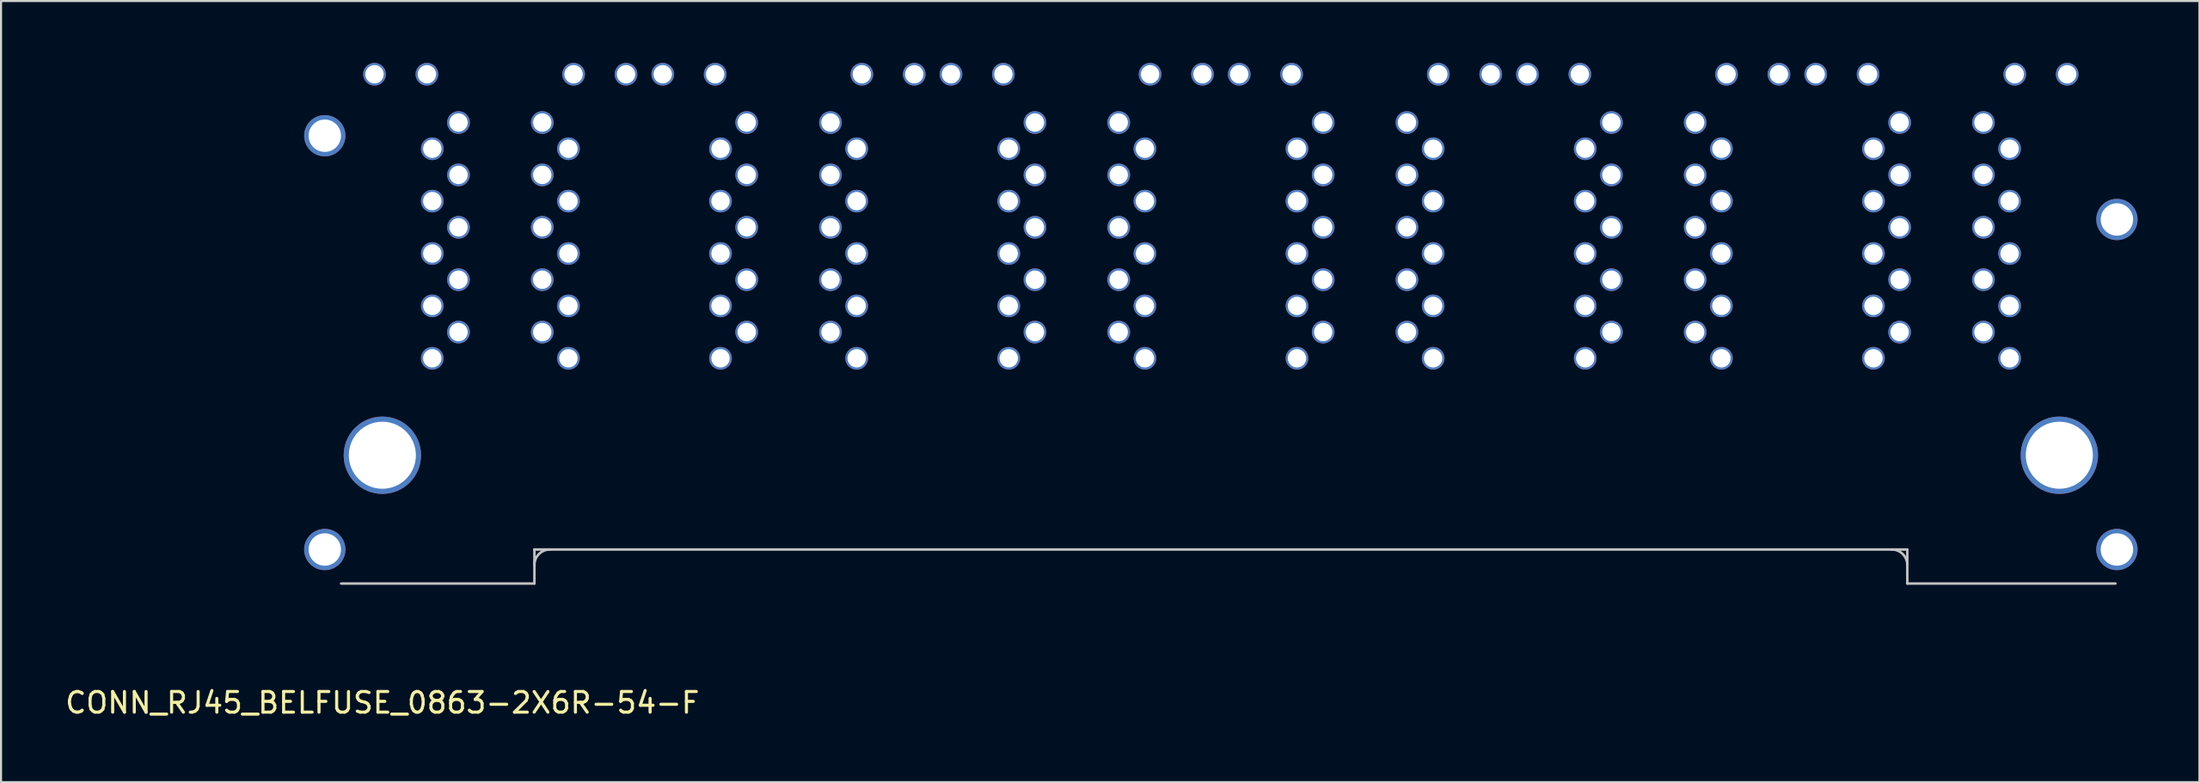
<source format=kicad_pcb>
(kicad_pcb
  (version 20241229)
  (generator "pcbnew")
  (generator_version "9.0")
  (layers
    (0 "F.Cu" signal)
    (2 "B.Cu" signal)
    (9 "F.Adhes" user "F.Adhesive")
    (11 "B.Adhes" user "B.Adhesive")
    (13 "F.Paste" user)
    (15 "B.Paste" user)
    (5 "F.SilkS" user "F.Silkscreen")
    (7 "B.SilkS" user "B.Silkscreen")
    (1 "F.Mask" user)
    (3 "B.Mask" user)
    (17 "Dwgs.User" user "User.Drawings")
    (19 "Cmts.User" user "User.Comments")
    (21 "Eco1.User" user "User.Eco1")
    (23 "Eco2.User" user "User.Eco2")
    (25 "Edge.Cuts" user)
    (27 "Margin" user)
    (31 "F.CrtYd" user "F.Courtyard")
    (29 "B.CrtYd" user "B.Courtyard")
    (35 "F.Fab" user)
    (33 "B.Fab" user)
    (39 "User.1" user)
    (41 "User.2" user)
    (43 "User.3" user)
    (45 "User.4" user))
  (footprint "CONN_RJ45_BELFUSE_0863-2X6R-54-F"
    (layer "F.Cu")
    (at 15.482 19.02)
    (property "Reference" "CONN_RJ45_BELFUSE_0863-2X6R-54-F" (at 0 12 0) (unlocked yes) (layer "F.SilkS") (effects (font (size 1 1) (thickness 0.15))))
    (attr through_hole)
    (fp_line (start 7.37 4.57) (end 7.37 6.22) (stroke (width 0.12) (type solid)) (layer "Dwgs.User"))
    (fp_line (start 7.37 4.57) (end 73.91 4.57) (stroke (width 0.12) (type solid)) (layer "Dwgs.User"))
    (fp_line (start 7.37 6.22) (end -2 6.22) (stroke (width 0.12) (type solid)) (layer "Dwgs.User"))
    (fp_line (start 73.91 4.57) (end 73.91 6.22) (stroke (width 0.12) (type solid)) (layer "Dwgs.User"))
    (fp_line (start 73.91 6.22) (end 84 6.22) (stroke (width 0.12) (type solid)) (layer "Dwgs.User"))
    (fp_arc (start 7.37 5.32) (mid 7.58967 4.78967) (end 8.12 4.57) (stroke (width 0.12) (type solid)) (layer "Dwgs.User"))
    (fp_arc (start 73.16 4.57) (mid 73.69033 4.78967) (end 73.91 5.32) (stroke (width 0.12) (type solid)) (layer "Dwgs.User"))
    (pad "A1" thru_hole circle (at 2.42 -4.7) (size 1.1 1.1) (drill 0.89) (layers "*.Cu" "*.Mask"))
    (pad "A2" thru_hole circle (at 3.69 -5.97) (size 1.1 1.1) (drill 0.89) (layers "*.Cu" "*.Mask"))
    (pad "A3" thru_hole circle (at 2.42 -7.24) (size 1.1 1.1) (drill 0.89) (layers "*.Cu" "*.Mask"))
    (pad "A4" thru_hole circle (at 3.69 -8.51) (size 1.1 1.1) (drill 0.89) (layers "*.Cu" "*.Mask"))
    (pad "A5" thru_hole circle (at 2.42 -9.78) (size 1.1 1.1) (drill 0.89) (layers "*.Cu" "*.Mask"))
    (pad "A6" thru_hole circle (at 3.69 -11.05) (size 1.1 1.1) (drill 0.89) (layers "*.Cu" "*.Mask"))
    (pad "A7" thru_hole circle (at 2.42 -12.32) (size 1.1 1.1) (drill 0.89) (layers "*.Cu" "*.Mask"))
    (pad "A8" thru_hole circle (at 3.69 -13.59) (size 1.1 1.1) (drill 0.89) (layers "*.Cu" "*.Mask"))
    (pad "A9" thru_hole circle (at 2.42 -14.86) (size 1.1 1.1) (drill 0.89) (layers "*.Cu" "*.Mask"))
    (pad "A10" thru_hole circle (at 3.69 -16.13) (size 1.1 1.1) (drill 0.89) (layers "*.Cu" "*.Mask"))
    (pad "A11" thru_hole circle (at -0.38 -18.47) (size 1.1 1.1) (drill 0.89) (layers "*.Cu" "*.Mask"))
    (pad "A12" thru_hole circle (at 2.16 -18.47) (size 1.1 1.1) (drill 0.89) (layers "*.Cu" "*.Mask"))
    (pad "A13" thru_hole circle (at -2.79 -15.49) (size 2 2) (drill 1.57) (layers "*.Cu" "*.Mask"))
    (pad "A13" thru_hole circle (at -2.79 4.57) (size 2 2) (drill 1.57) (layers "*.Cu" "*.Mask"))
    (pad "A13" thru_hole circle (at 0 0) (size 3.75 3.75) (drill 3.25) (layers "*.Cu" "*.Mask"))
    (pad "A13" thru_hole circle (at 81.28 0) (size 3.75 3.75) (drill 3.25) (layers "*.Cu" "*.Mask"))
    (pad "A13" thru_hole circle (at 84.07 -11.43) (size 2 2) (drill 1.57) (layers "*.Cu" "*.Mask"))
    (pad "A13" thru_hole circle (at 84.07 4.57) (size 2 2) (drill 1.57) (layers "*.Cu" "*.Mask"))
    (pad "B1" thru_hole circle (at 9.02 -4.7) (size 1.1 1.1) (drill 0.89) (layers "*.Cu" "*.Mask"))
    (pad "B2" thru_hole circle (at 7.75 -5.97) (size 1.1 1.1) (drill 0.89) (layers "*.Cu" "*.Mask"))
    (pad "B3" thru_hole circle (at 9.02 -7.24) (size 1.1 1.1) (drill 0.89) (layers "*.Cu" "*.Mask"))
    (pad "B4" thru_hole circle (at 7.75 -8.51) (size 1.1 1.1) (drill 0.89) (layers "*.Cu" "*.Mask"))
    (pad "B5" thru_hole circle (at 9.02 -9.78) (size 1.1 1.1) (drill 0.89) (layers "*.Cu" "*.Mask"))
    (pad "B6" thru_hole circle (at 7.75 -11.05) (size 1.1 1.1) (drill 0.89) (layers "*.Cu" "*.Mask"))
    (pad "B7" thru_hole circle (at 9.02 -12.32) (size 1.1 1.1) (drill 0.89) (layers "*.Cu" "*.Mask"))
    (pad "B8" thru_hole circle (at 7.75 -13.59) (size 1.1 1.1) (drill 0.89) (layers "*.Cu" "*.Mask"))
    (pad "B9" thru_hole circle (at 9.02 -14.86) (size 1.1 1.1) (drill 0.89) (layers "*.Cu" "*.Mask"))
    (pad "B10" thru_hole circle (at 7.75 -16.13) (size 1.1 1.1) (drill 0.89) (layers "*.Cu" "*.Mask"))
    (pad "B11" thru_hole circle (at 11.81 -18.47 90) (size 1.1 1.1) (drill 0.89) (layers "*.Cu" "*.Mask"))
    (pad "B12" thru_hole circle (at 9.27 -18.47) (size 1.1 1.1) (drill 0.89) (layers "*.Cu" "*.Mask"))
    (pad "C1" thru_hole circle (at 16.39 -4.7) (size 1.1 1.1) (drill 0.89) (layers "*.Cu" "*.Mask"))
    (pad "C2" thru_hole circle (at 17.66 -5.97) (size 1.1 1.1) (drill 0.89) (layers "*.Cu" "*.Mask"))
    (pad "C3" thru_hole circle (at 16.39 -7.24) (size 1.1 1.1) (drill 0.89) (layers "*.Cu" "*.Mask"))
    (pad "C4" thru_hole circle (at 17.66 -8.51) (size 1.1 1.1) (drill 0.89) (layers "*.Cu" "*.Mask"))
    (pad "C5" thru_hole circle (at 16.39 -9.78) (size 1.1 1.1) (drill 0.89) (layers "*.Cu" "*.Mask"))
    (pad "C6" thru_hole circle (at 17.66 -11.05) (size 1.1 1.1) (drill 0.89) (layers "*.Cu" "*.Mask"))
    (pad "C7" thru_hole circle (at 16.39 -12.32) (size 1.1 1.1) (drill 0.89) (layers "*.Cu" "*.Mask"))
    (pad "C8" thru_hole circle (at 17.66 -13.59) (size 1.1 1.1) (drill 0.89) (layers "*.Cu" "*.Mask"))
    (pad "C9" thru_hole circle (at 16.39 -14.86) (size 1.1 1.1) (drill 0.89) (layers "*.Cu" "*.Mask"))
    (pad "C10" thru_hole circle (at 17.66 -16.13) (size 1.1 1.1) (drill 0.89) (layers "*.Cu" "*.Mask"))
    (pad "C11" thru_hole circle (at 13.59 -18.47) (size 1.1 1.1) (drill 0.89) (layers "*.Cu" "*.Mask"))
    (pad "C12" thru_hole circle (at 16.13 -18.47) (size 1.1 1.1) (drill 0.89) (layers "*.Cu" "*.Mask"))
    (pad "D1" thru_hole circle (at 22.99 -4.7) (size 1.1 1.1) (drill 0.89) (layers "*.Cu" "*.Mask"))
    (pad "D2" thru_hole circle (at 21.72 -5.97) (size 1.1 1.1) (drill 0.89) (layers "*.Cu" "*.Mask"))
    (pad "D3" thru_hole circle (at 22.99 -7.24) (size 1.1 1.1) (drill 0.89) (layers "*.Cu" "*.Mask"))
    (pad "D4" thru_hole circle (at 21.72 -8.51) (size 1.1 1.1) (drill 0.89) (layers "*.Cu" "*.Mask"))
    (pad "D5" thru_hole circle (at 22.99 -9.78) (size 1.1 1.1) (drill 0.89) (layers "*.Cu" "*.Mask"))
    (pad "D6" thru_hole circle (at 21.72 -11.05) (size 1.1 1.1) (drill 0.89) (layers "*.Cu" "*.Mask"))
    (pad "D7" thru_hole circle (at 22.99 -12.32) (size 1.1 1.1) (drill 0.89) (layers "*.Cu" "*.Mask"))
    (pad "D8" thru_hole circle (at 21.72 -13.59) (size 1.1 1.1) (drill 0.89) (layers "*.Cu" "*.Mask"))
    (pad "D9" thru_hole circle (at 22.99 -14.86) (size 1.1 1.1) (drill 0.89) (layers "*.Cu" "*.Mask"))
    (pad "D10" thru_hole circle (at 21.72 -16.13) (size 1.1 1.1) (drill 0.89) (layers "*.Cu" "*.Mask"))
    (pad "D11" thru_hole circle (at 25.78 -18.47) (size 1.1 1.1) (drill 0.89) (layers "*.Cu" "*.Mask"))
    (pad "D12" thru_hole circle (at 23.24 -18.47) (size 1.1 1.1) (drill 0.89) (layers "*.Cu" "*.Mask"))
    (pad "E1" thru_hole circle (at 30.36 -4.7) (size 1.1 1.1) (drill 0.89) (layers "*.Cu" "*.Mask"))
    (pad "E2" thru_hole circle (at 31.63 -5.97) (size 1.1 1.1) (drill 0.89) (layers "*.Cu" "*.Mask"))
    (pad "E3" thru_hole circle (at 30.36 -7.24) (size 1.1 1.1) (drill 0.89) (layers "*.Cu" "*.Mask"))
    (pad "E4" thru_hole circle (at 31.63 -8.51) (size 1.1 1.1) (drill 0.89) (layers "*.Cu" "*.Mask"))
    (pad "E5" thru_hole circle (at 30.36 -9.78) (size 1.1 1.1) (drill 0.89) (layers "*.Cu" "*.Mask"))
    (pad "E6" thru_hole circle (at 31.63 -11.05) (size 1.1 1.1) (drill 0.89) (layers "*.Cu" "*.Mask"))
    (pad "E7" thru_hole circle (at 30.36 -12.32) (size 1.1 1.1) (drill 0.89) (layers "*.Cu" "*.Mask"))
    (pad "E8" thru_hole circle (at 31.63 -13.59) (size 1.1 1.1) (drill 0.89) (layers "*.Cu" "*.Mask"))
    (pad "E9" thru_hole circle (at 30.36 -14.86) (size 1.1 1.1) (drill 0.89) (layers "*.Cu" "*.Mask"))
    (pad "E10" thru_hole circle (at 31.63 -16.13) (size 1.1 1.1) (drill 0.89) (layers "*.Cu" "*.Mask"))
    (pad "E11" thru_hole circle (at 27.56 -18.47) (size 1.1 1.1) (drill 0.89) (layers "*.Cu" "*.Mask"))
    (pad "E12" thru_hole circle (at 30.1 -18.47) (size 1.1 1.1) (drill 0.89) (layers "*.Cu" "*.Mask"))
    (pad "F1" thru_hole circle (at 36.96 -4.7) (size 1.1 1.1) (drill 0.89) (layers "*.Cu" "*.Mask"))
    (pad "F2" thru_hole circle (at 35.69 -5.97) (size 1.1 1.1) (drill 0.89) (layers "*.Cu" "*.Mask"))
    (pad "F3" thru_hole circle (at 36.96 -7.24) (size 1.1 1.1) (drill 0.89) (layers "*.Cu" "*.Mask"))
    (pad "F4" thru_hole circle (at 35.69 -8.51) (size 1.1 1.1) (drill 0.89) (layers "*.Cu" "*.Mask"))
    (pad "F5" thru_hole circle (at 36.96 -9.78) (size 1.1 1.1) (drill 0.89) (layers "*.Cu" "*.Mask"))
    (pad "F6" thru_hole circle (at 35.69 -11.05) (size 1.1 1.1) (drill 0.89) (layers "*.Cu" "*.Mask"))
    (pad "F7" thru_hole circle (at 36.96 -12.32) (size 1.1 1.1) (drill 0.89) (layers "*.Cu" "*.Mask"))
    (pad "F8" thru_hole circle (at 35.69 -13.59) (size 1.1 1.1) (drill 0.89) (layers "*.Cu" "*.Mask"))
    (pad "F9" thru_hole circle (at 36.96 -14.86) (size 1.1 1.1) (drill 0.89) (layers "*.Cu" "*.Mask"))
    (pad "F10" thru_hole circle (at 35.69 -16.13) (size 1.1 1.1) (drill 0.89) (layers "*.Cu" "*.Mask"))
    (pad "F11" thru_hole circle (at 39.75 -18.47) (size 1.1 1.1) (drill 0.89) (layers "*.Cu" "*.Mask"))
    (pad "F12" thru_hole circle (at 37.21 -18.47) (size 1.1 1.1) (drill 0.89) (layers "*.Cu" "*.Mask"))
    (pad "G1" thru_hole circle (at 44.33 -4.7) (size 1.1 1.1) (drill 0.89) (layers "*.Cu" "*.Mask"))
    (pad "G2" thru_hole circle (at 45.6 -5.97) (size 1.1 1.1) (drill 0.89) (layers "*.Cu" "*.Mask"))
    (pad "G3" thru_hole circle (at 44.33 -7.24) (size 1.1 1.1) (drill 0.89) (layers "*.Cu" "*.Mask"))
    (pad "G4" thru_hole circle (at 45.6 -8.51) (size 1.1 1.1) (drill 0.89) (layers "*.Cu" "*.Mask"))
    (pad "G5" thru_hole circle (at 44.33 -9.78) (size 1.1 1.1) (drill 0.89) (layers "*.Cu" "*.Mask"))
    (pad "G6" thru_hole circle (at 45.6 -11.05) (size 1.1 1.1) (drill 0.89) (layers "*.Cu" "*.Mask"))
    (pad "G7" thru_hole circle (at 44.33 -12.32) (size 1.1 1.1) (drill 0.89) (layers "*.Cu" "*.Mask"))
    (pad "G8" thru_hole circle (at 45.6 -13.59) (size 1.1 1.1) (drill 0.89) (layers "*.Cu" "*.Mask"))
    (pad "G9" thru_hole circle (at 44.33 -14.86) (size 1.1 1.1) (drill 0.89) (layers "*.Cu" "*.Mask"))
    (pad "G10" thru_hole circle (at 45.6 -16.13) (size 1.1 1.1) (drill 0.89) (layers "*.Cu" "*.Mask"))
    (pad "G11" thru_hole circle (at 41.53 -18.47) (size 1.1 1.1) (drill 0.89) (layers "*.Cu" "*.Mask"))
    (pad "G12" thru_hole circle (at 44.07 -18.47) (size 1.1 1.1) (drill 0.89) (layers "*.Cu" "*.Mask"))
    (pad "H1" thru_hole circle (at 50.93 -4.7) (size 1.1 1.1) (drill 0.89) (layers "*.Cu" "*.Mask"))
    (pad "H2" thru_hole circle (at 49.66 -5.97) (size 1.1 1.1) (drill 0.89) (layers "*.Cu" "*.Mask"))
    (pad "H3" thru_hole circle (at 50.93 -7.24) (size 1.1 1.1) (drill 0.89) (layers "*.Cu" "*.Mask"))
    (pad "H4" thru_hole circle (at 49.66 -8.51) (size 1.1 1.1) (drill 0.89) (layers "*.Cu" "*.Mask"))
    (pad "H5" thru_hole circle (at 50.93 -9.78) (size 1.1 1.1) (drill 0.89) (layers "*.Cu" "*.Mask"))
    (pad "H6" thru_hole circle (at 49.66 -11.05) (size 1.1 1.1) (drill 0.89) (layers "*.Cu" "*.Mask"))
    (pad "H7" thru_hole circle (at 50.93 -12.32) (size 1.1 1.1) (drill 0.89) (layers "*.Cu" "*.Mask"))
    (pad "H8" thru_hole circle (at 49.66 -13.59) (size 1.1 1.1) (drill 0.89) (layers "*.Cu" "*.Mask"))
    (pad "H9" thru_hole circle (at 50.93 -14.86) (size 1.1 1.1) (drill 0.89) (layers "*.Cu" "*.Mask"))
    (pad "H10" thru_hole circle (at 49.66 -16.13) (size 1.1 1.1) (drill 0.89) (layers "*.Cu" "*.Mask"))
    (pad "H11" thru_hole circle (at 53.72 -18.47) (size 1.1 1.1) (drill 0.89) (layers "*.Cu" "*.Mask"))
    (pad "H12" thru_hole circle (at 51.18 -18.47) (size 1.1 1.1) (drill 0.89) (layers "*.Cu" "*.Mask"))
    (pad "J1" thru_hole circle (at 58.3 -4.7) (size 1.1 1.1) (drill 0.89) (layers "*.Cu" "*.Mask"))
    (pad "J2" thru_hole circle (at 59.57 -5.97) (size 1.1 1.1) (drill 0.89) (layers "*.Cu" "*.Mask"))
    (pad "J3" thru_hole circle (at 58.3 -7.24) (size 1.1 1.1) (drill 0.89) (layers "*.Cu" "*.Mask"))
    (pad "J4" thru_hole circle (at 59.57 -8.51) (size 1.1 1.1) (drill 0.89) (layers "*.Cu" "*.Mask"))
    (pad "J5" thru_hole circle (at 58.3 -9.78) (size 1.1 1.1) (drill 0.89) (layers "*.Cu" "*.Mask"))
    (pad "J6" thru_hole circle (at 59.57 -11.05) (size 1.1 1.1) (drill 0.89) (layers "*.Cu" "*.Mask"))
    (pad "J7" thru_hole circle (at 58.3 -12.32) (size 1.1 1.1) (drill 0.89) (layers "*.Cu" "*.Mask"))
    (pad "J8" thru_hole circle (at 59.57 -13.59) (size 1.1 1.1) (drill 0.89) (layers "*.Cu" "*.Mask"))
    (pad "J9" thru_hole circle (at 58.3 -14.86) (size 1.1 1.1) (drill 0.89) (layers "*.Cu" "*.Mask"))
    (pad "J10" thru_hole circle (at 59.57 -16.13) (size 1.1 1.1) (drill 0.89) (layers "*.Cu" "*.Mask"))
    (pad "J11" thru_hole circle (at 55.5 -18.47) (size 1.1 1.1) (drill 0.89) (layers "*.Cu" "*.Mask"))
    (pad "J12" thru_hole circle (at 58.04 -18.47) (size 1.1 1.1) (drill 0.89) (layers "*.Cu" "*.Mask"))
    (pad "K1" thru_hole circle (at 64.9 -4.7) (size 1.1 1.1) (drill 0.89) (layers "*.Cu" "*.Mask"))
    (pad "K2" thru_hole circle (at 63.63 -5.97) (size 1.1 1.1) (drill 0.89) (layers "*.Cu" "*.Mask"))
    (pad "K3" thru_hole circle (at 64.9 -7.24) (size 1.1 1.1) (drill 0.89) (layers "*.Cu" "*.Mask"))
    (pad "K4" thru_hole circle (at 63.63 -8.51) (size 1.1 1.1) (drill 0.89) (layers "*.Cu" "*.Mask"))
    (pad "K5" thru_hole circle (at 64.9 -9.78) (size 1.1 1.1) (drill 0.89) (layers "*.Cu" "*.Mask"))
    (pad "K6" thru_hole circle (at 63.63 -11.05) (size 1.1 1.1) (drill 0.89) (layers "*.Cu" "*.Mask"))
    (pad "K7" thru_hole circle (at 64.9 -12.32) (size 1.1 1.1) (drill 0.89) (layers "*.Cu" "*.Mask"))
    (pad "K8" thru_hole circle (at 63.63 -13.59) (size 1.1 1.1) (drill 0.89) (layers "*.Cu" "*.Mask"))
    (pad "K9" thru_hole circle (at 64.9 -14.86) (size 1.1 1.1) (drill 0.89) (layers "*.Cu" "*.Mask"))
    (pad "K10" thru_hole circle (at 63.63 -16.13) (size 1.1 1.1) (drill 0.89) (layers "*.Cu" "*.Mask"))
    (pad "K11" thru_hole circle (at 67.69 -18.47) (size 1.1 1.1) (drill 0.89) (layers "*.Cu" "*.Mask"))
    (pad "K12" thru_hole circle (at 65.15 -18.47) (size 1.1 1.1) (drill 0.89) (layers "*.Cu" "*.Mask"))
    (pad "L1" thru_hole circle (at 72.27 -4.7) (size 1.1 1.1) (drill 0.89) (layers "*.Cu" "*.Mask"))
    (pad "L2" thru_hole circle (at 73.54 -5.97) (size 1.1 1.1) (drill 0.89) (layers "*.Cu" "*.Mask"))
    (pad "L3" thru_hole circle (at 72.27 -7.24) (size 1.1 1.1) (drill 0.89) (layers "*.Cu" "*.Mask"))
    (pad "L4" thru_hole circle (at 73.54 -8.51) (size 1.1 1.1) (drill 0.89) (layers "*.Cu" "*.Mask"))
    (pad "L5" thru_hole circle (at 72.27 -9.78) (size 1.1 1.1) (drill 0.89) (layers "*.Cu" "*.Mask"))
    (pad "L6" thru_hole circle (at 73.54 -11.05) (size 1.1 1.1) (drill 0.89) (layers "*.Cu" "*.Mask"))
    (pad "L7" thru_hole circle (at 72.27 -12.32) (size 1.1 1.1) (drill 0.89) (layers "*.Cu" "*.Mask"))
    (pad "L8" thru_hole circle (at 73.54 -13.59) (size 1.1 1.1) (drill 0.89) (layers "*.Cu" "*.Mask"))
    (pad "L9" thru_hole circle (at 72.27 -14.86) (size 1.1 1.1) (drill 0.89) (layers "*.Cu" "*.Mask"))
    (pad "L10" thru_hole circle (at 73.54 -16.13) (size 1.1 1.1) (drill 0.89) (layers "*.Cu" "*.Mask"))
    (pad "L11" thru_hole circle (at 69.47 -18.47) (size 1.1 1.1) (drill 0.89) (layers "*.Cu" "*.Mask"))
    (pad "L12" thru_hole circle (at 72.01 -18.47) (size 1.1 1.1) (drill 0.89) (layers "*.Cu" "*.Mask"))
    (pad "M1" thru_hole circle (at 78.87 -4.7) (size 1.1 1.1) (drill 0.89) (layers "*.Cu" "*.Mask"))
    (pad "M2" thru_hole circle (at 77.6 -5.97) (size 1.1 1.1) (drill 0.89) (layers "*.Cu" "*.Mask"))
    (pad "M3" thru_hole circle (at 78.87 -7.24) (size 1.1 1.1) (drill 0.89) (layers "*.Cu" "*.Mask"))
    (pad "M4" thru_hole circle (at 77.6 -8.51) (size 1.1 1.1) (drill 0.89) (layers "*.Cu" "*.Mask"))
    (pad "M5" thru_hole circle (at 78.87 -9.78) (size 1.1 1.1) (drill 0.89) (layers "*.Cu" "*.Mask"))
    (pad "M6" thru_hole circle (at 77.6 -11.05) (size 1.1 1.1) (drill 0.89) (layers "*.Cu" "*.Mask"))
    (pad "M7" thru_hole circle (at 78.87 -12.32) (size 1.1 1.1) (drill 0.89) (layers "*.Cu" "*.Mask"))
    (pad "M8" thru_hole circle (at 77.6 -13.59) (size 1.1 1.1) (drill 0.89) (layers "*.Cu" "*.Mask"))
    (pad "M9" thru_hole circle (at 78.87 -14.86) (size 1.1 1.1) (drill 0.89) (layers "*.Cu" "*.Mask"))
    (pad "M10" thru_hole circle (at 77.6 -16.13) (size 1.1 1.1) (drill 0.89) (layers "*.Cu" "*.Mask"))
    (pad "M11" thru_hole circle (at 81.66 -18.47) (size 1.1 1.1) (drill 0.89) (layers "*.Cu" "*.Mask"))
    (pad "M12" thru_hole circle (at 79.12 -18.47) (size 1.1 1.1) (drill 0.89) (layers "*.Cu" "*.Mask")))
  (gr_rect
    (start -3 -3)
    (end 103.552 34.868)
    (stroke (width 0.1) (type default))
    (fill no)
    (layer "Edge.Cuts")))
</source>
